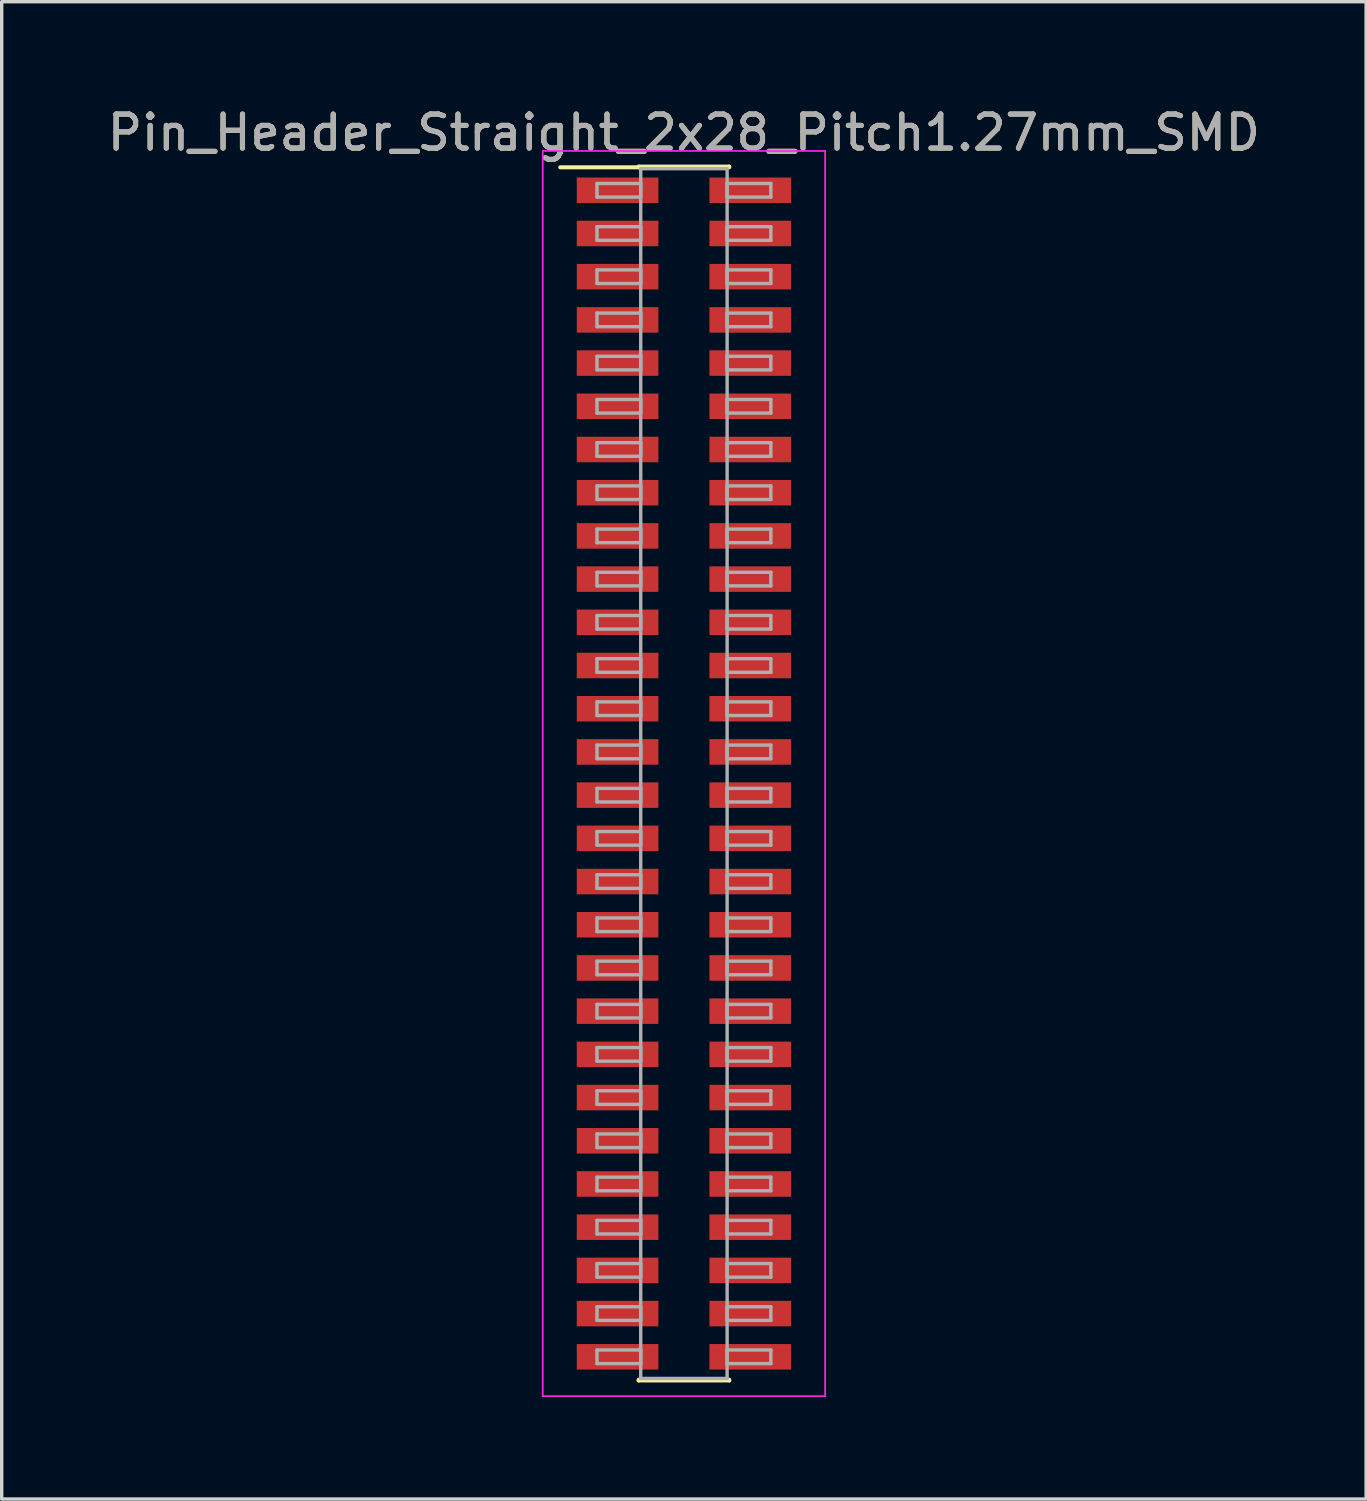
<source format=kicad_pcb>
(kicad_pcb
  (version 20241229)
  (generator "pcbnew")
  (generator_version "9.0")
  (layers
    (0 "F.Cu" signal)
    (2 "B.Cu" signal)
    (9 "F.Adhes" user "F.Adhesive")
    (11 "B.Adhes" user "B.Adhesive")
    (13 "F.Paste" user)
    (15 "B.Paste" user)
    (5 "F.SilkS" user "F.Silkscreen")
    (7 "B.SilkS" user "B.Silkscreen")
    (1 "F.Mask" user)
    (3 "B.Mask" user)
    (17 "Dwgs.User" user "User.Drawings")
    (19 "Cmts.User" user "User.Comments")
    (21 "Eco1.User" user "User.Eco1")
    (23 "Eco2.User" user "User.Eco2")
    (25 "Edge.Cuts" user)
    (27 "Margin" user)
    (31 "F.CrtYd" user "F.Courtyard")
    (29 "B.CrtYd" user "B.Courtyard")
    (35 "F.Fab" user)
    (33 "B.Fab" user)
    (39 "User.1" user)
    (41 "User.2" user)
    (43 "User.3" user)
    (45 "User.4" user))
  (footprint "Pin_Header_Straight_2x28_Pitch1.27mm_SMD"
    (layer "F.Cu")
    (at 17.054 19.688)
    (property "Reference" "Pin_Header_Straight_2x28_Pitch1.27mm_SMD" (at 0 -18.84 0) (layer "F.SilkS") (effects (font (size 1 1) (thickness 0.15))))
    (attr smd)
    (fp_line (start -3.635 -17.82) (end -1.33 -17.82) (stroke (width 0.12) (type solid)) (layer "F.SilkS"))
    (fp_line (start -1.33 -17.84) (end 1.33 -17.84) (stroke (width 0.12) (type solid)) (layer "F.SilkS"))
    (fp_line (start -1.33 -17.82) (end -1.33 -17.84) (stroke (width 0.12) (type solid)) (layer "F.SilkS"))
    (fp_line (start -1.33 17.82) (end -1.33 17.84) (stroke (width 0.12) (type solid)) (layer "F.SilkS"))
    (fp_line (start -1.33 17.84) (end 1.33 17.84) (stroke (width 0.12) (type solid)) (layer "F.SilkS"))
    (fp_line (start 1.33 -17.84) (end 1.33 -17.82) (stroke (width 0.12) (type solid)) (layer "F.SilkS"))
    (fp_line (start 1.33 17.84) (end 1.33 17.82) (stroke (width 0.12) (type solid)) (layer "F.SilkS"))
    (fp_line (start -4.15 -18.3) (end -4.15 18.3) (stroke (width 0.05) (type solid)) (layer "F.CrtYd"))
    (fp_line (start -4.15 18.3) (end 4.15 18.3) (stroke (width 0.05) (type solid)) (layer "F.CrtYd"))
    (fp_line (start 4.15 -18.3) (end -4.15 -18.3) (stroke (width 0.05) (type solid)) (layer "F.CrtYd"))
    (fp_line (start 4.15 18.3) (end 4.15 -18.3) (stroke (width 0.05) (type solid)) (layer "F.CrtYd"))
    (fp_line (start -2.555 -17.345) (end -1.27 -17.345) (stroke (width 0.1) (type solid)) (layer "F.Fab"))
    (fp_line (start -2.555 -16.945) (end -2.555 -17.345) (stroke (width 0.1) (type solid)) (layer "F.Fab"))
    (fp_line (start -2.555 -16.075) (end -1.27 -16.075) (stroke (width 0.1) (type solid)) (layer "F.Fab"))
    (fp_line (start -2.555 -15.675) (end -2.555 -16.075) (stroke (width 0.1) (type solid)) (layer "F.Fab"))
    (fp_line (start -2.555 -14.805) (end -1.27 -14.805) (stroke (width 0.1) (type solid)) (layer "F.Fab"))
    (fp_line (start -2.555 -14.405) (end -2.555 -14.805) (stroke (width 0.1) (type solid)) (layer "F.Fab"))
    (fp_line (start -2.555 -13.535) (end -1.27 -13.535) (stroke (width 0.1) (type solid)) (layer "F.Fab"))
    (fp_line (start -2.555 -13.135) (end -2.555 -13.535) (stroke (width 0.1) (type solid)) (layer "F.Fab"))
    (fp_line (start -2.555 -12.265) (end -1.27 -12.265) (stroke (width 0.1) (type solid)) (layer "F.Fab"))
    (fp_line (start -2.555 -11.865) (end -2.555 -12.265) (stroke (width 0.1) (type solid)) (layer "F.Fab"))
    (fp_line (start -2.555 -10.995) (end -1.27 -10.995) (stroke (width 0.1) (type solid)) (layer "F.Fab"))
    (fp_line (start -2.555 -10.595) (end -2.555 -10.995) (stroke (width 0.1) (type solid)) (layer "F.Fab"))
    (fp_line (start -2.555 -9.725) (end -1.27 -9.725) (stroke (width 0.1) (type solid)) (layer "F.Fab"))
    (fp_line (start -2.555 -9.325) (end -2.555 -9.725) (stroke (width 0.1) (type solid)) (layer "F.Fab"))
    (fp_line (start -2.555 -8.455) (end -1.27 -8.455) (stroke (width 0.1) (type solid)) (layer "F.Fab"))
    (fp_line (start -2.555 -8.055) (end -2.555 -8.455) (stroke (width 0.1) (type solid)) (layer "F.Fab"))
    (fp_line (start -2.555 -7.185) (end -1.27 -7.185) (stroke (width 0.1) (type solid)) (layer "F.Fab"))
    (fp_line (start -2.555 -6.785) (end -2.555 -7.185) (stroke (width 0.1) (type solid)) (layer "F.Fab"))
    (fp_line (start -2.555 -5.915) (end -1.27 -5.915) (stroke (width 0.1) (type solid)) (layer "F.Fab"))
    (fp_line (start -2.555 -5.515) (end -2.555 -5.915) (stroke (width 0.1) (type solid)) (layer "F.Fab"))
    (fp_line (start -2.555 -4.645) (end -1.27 -4.645) (stroke (width 0.1) (type solid)) (layer "F.Fab"))
    (fp_line (start -2.555 -4.245) (end -2.555 -4.645) (stroke (width 0.1) (type solid)) (layer "F.Fab"))
    (fp_line (start -2.555 -3.375) (end -1.27 -3.375) (stroke (width 0.1) (type solid)) (layer "F.Fab"))
    (fp_line (start -2.555 -2.975) (end -2.555 -3.375) (stroke (width 0.1) (type solid)) (layer "F.Fab"))
    (fp_line (start -2.555 -2.105) (end -1.27 -2.105) (stroke (width 0.1) (type solid)) (layer "F.Fab"))
    (fp_line (start -2.555 -1.705) (end -2.555 -2.105) (stroke (width 0.1) (type solid)) (layer "F.Fab"))
    (fp_line (start -2.555 -0.835) (end -1.27 -0.835) (stroke (width 0.1) (type solid)) (layer "F.Fab"))
    (fp_line (start -2.555 -0.435) (end -2.555 -0.835) (stroke (width 0.1) (type solid)) (layer "F.Fab"))
    (fp_line (start -2.555 0.435) (end -1.27 0.435) (stroke (width 0.1) (type solid)) (layer "F.Fab"))
    (fp_line (start -2.555 0.835) (end -2.555 0.435) (stroke (width 0.1) (type solid)) (layer "F.Fab"))
    (fp_line (start -2.555 1.705) (end -1.27 1.705) (stroke (width 0.1) (type solid)) (layer "F.Fab"))
    (fp_line (start -2.555 2.105) (end -2.555 1.705) (stroke (width 0.1) (type solid)) (layer "F.Fab"))
    (fp_line (start -2.555 2.975) (end -1.27 2.975) (stroke (width 0.1) (type solid)) (layer "F.Fab"))
    (fp_line (start -2.555 3.375) (end -2.555 2.975) (stroke (width 0.1) (type solid)) (layer "F.Fab"))
    (fp_line (start -2.555 4.245) (end -1.27 4.245) (stroke (width 0.1) (type solid)) (layer "F.Fab"))
    (fp_line (start -2.555 4.645) (end -2.555 4.245) (stroke (width 0.1) (type solid)) (layer "F.Fab"))
    (fp_line (start -2.555 5.515) (end -1.27 5.515) (stroke (width 0.1) (type solid)) (layer "F.Fab"))
    (fp_line (start -2.555 5.915) (end -2.555 5.515) (stroke (width 0.1) (type solid)) (layer "F.Fab"))
    (fp_line (start -2.555 6.785) (end -1.27 6.785) (stroke (width 0.1) (type solid)) (layer "F.Fab"))
    (fp_line (start -2.555 7.185) (end -2.555 6.785) (stroke (width 0.1) (type solid)) (layer "F.Fab"))
    (fp_line (start -2.555 8.055) (end -1.27 8.055) (stroke (width 0.1) (type solid)) (layer "F.Fab"))
    (fp_line (start -2.555 8.455) (end -2.555 8.055) (stroke (width 0.1) (type solid)) (layer "F.Fab"))
    (fp_line (start -2.555 9.325) (end -1.27 9.325) (stroke (width 0.1) (type solid)) (layer "F.Fab"))
    (fp_line (start -2.555 9.725) (end -2.555 9.325) (stroke (width 0.1) (type solid)) (layer "F.Fab"))
    (fp_line (start -2.555 10.595) (end -1.27 10.595) (stroke (width 0.1) (type solid)) (layer "F.Fab"))
    (fp_line (start -2.555 10.995) (end -2.555 10.595) (stroke (width 0.1) (type solid)) (layer "F.Fab"))
    (fp_line (start -2.555 11.865) (end -1.27 11.865) (stroke (width 0.1) (type solid)) (layer "F.Fab"))
    (fp_line (start -2.555 12.265) (end -2.555 11.865) (stroke (width 0.1) (type solid)) (layer "F.Fab"))
    (fp_line (start -2.555 13.135) (end -1.27 13.135) (stroke (width 0.1) (type solid)) (layer "F.Fab"))
    (fp_line (start -2.555 13.535) (end -2.555 13.135) (stroke (width 0.1) (type solid)) (layer "F.Fab"))
    (fp_line (start -2.555 14.405) (end -1.27 14.405) (stroke (width 0.1) (type solid)) (layer "F.Fab"))
    (fp_line (start -2.555 14.805) (end -2.555 14.405) (stroke (width 0.1) (type solid)) (layer "F.Fab"))
    (fp_line (start -2.555 15.675) (end -1.27 15.675) (stroke (width 0.1) (type solid)) (layer "F.Fab"))
    (fp_line (start -2.555 16.075) (end -2.555 15.675) (stroke (width 0.1) (type solid)) (layer "F.Fab"))
    (fp_line (start -2.555 16.945) (end -1.27 16.945) (stroke (width 0.1) (type solid)) (layer "F.Fab"))
    (fp_line (start -2.555 17.345) (end -2.555 16.945) (stroke (width 0.1) (type solid)) (layer "F.Fab"))
    (fp_line (start -1.27 -17.78) (end -1.27 17.78) (stroke (width 0.1) (type solid)) (layer "F.Fab"))
    (fp_line (start -1.27 -17.345) (end -1.27 -16.945) (stroke (width 0.1) (type solid)) (layer "F.Fab"))
    (fp_line (start -1.27 -16.945) (end -2.555 -16.945) (stroke (width 0.1) (type solid)) (layer "F.Fab"))
    (fp_line (start -1.27 -16.075) (end -1.27 -15.675) (stroke (width 0.1) (type solid)) (layer "F.Fab"))
    (fp_line (start -1.27 -15.675) (end -2.555 -15.675) (stroke (width 0.1) (type solid)) (layer "F.Fab"))
    (fp_line (start -1.27 -14.805) (end -1.27 -14.405) (stroke (width 0.1) (type solid)) (layer "F.Fab"))
    (fp_line (start -1.27 -14.405) (end -2.555 -14.405) (stroke (width 0.1) (type solid)) (layer "F.Fab"))
    (fp_line (start -1.27 -13.535) (end -1.27 -13.135) (stroke (width 0.1) (type solid)) (layer "F.Fab"))
    (fp_line (start -1.27 -13.135) (end -2.555 -13.135) (stroke (width 0.1) (type solid)) (layer "F.Fab"))
    (fp_line (start -1.27 -12.265) (end -1.27 -11.865) (stroke (width 0.1) (type solid)) (layer "F.Fab"))
    (fp_line (start -1.27 -11.865) (end -2.555 -11.865) (stroke (width 0.1) (type solid)) (layer "F.Fab"))
    (fp_line (start -1.27 -10.995) (end -1.27 -10.595) (stroke (width 0.1) (type solid)) (layer "F.Fab"))
    (fp_line (start -1.27 -10.595) (end -2.555 -10.595) (stroke (width 0.1) (type solid)) (layer "F.Fab"))
    (fp_line (start -1.27 -9.725) (end -1.27 -9.325) (stroke (width 0.1) (type solid)) (layer "F.Fab"))
    (fp_line (start -1.27 -9.325) (end -2.555 -9.325) (stroke (width 0.1) (type solid)) (layer "F.Fab"))
    (fp_line (start -1.27 -8.455) (end -1.27 -8.055) (stroke (width 0.1) (type solid)) (layer "F.Fab"))
    (fp_line (start -1.27 -8.055) (end -2.555 -8.055) (stroke (width 0.1) (type solid)) (layer "F.Fab"))
    (fp_line (start -1.27 -7.185) (end -1.27 -6.785) (stroke (width 0.1) (type solid)) (layer "F.Fab"))
    (fp_line (start -1.27 -6.785) (end -2.555 -6.785) (stroke (width 0.1) (type solid)) (layer "F.Fab"))
    (fp_line (start -1.27 -5.915) (end -1.27 -5.515) (stroke (width 0.1) (type solid)) (layer "F.Fab"))
    (fp_line (start -1.27 -5.515) (end -2.555 -5.515) (stroke (width 0.1) (type solid)) (layer "F.Fab"))
    (fp_line (start -1.27 -4.645) (end -1.27 -4.245) (stroke (width 0.1) (type solid)) (layer "F.Fab"))
    (fp_line (start -1.27 -4.245) (end -2.555 -4.245) (stroke (width 0.1) (type solid)) (layer "F.Fab"))
    (fp_line (start -1.27 -3.375) (end -1.27 -2.975) (stroke (width 0.1) (type solid)) (layer "F.Fab"))
    (fp_line (start -1.27 -2.975) (end -2.555 -2.975) (stroke (width 0.1) (type solid)) (layer "F.Fab"))
    (fp_line (start -1.27 -2.105) (end -1.27 -1.705) (stroke (width 0.1) (type solid)) (layer "F.Fab"))
    (fp_line (start -1.27 -1.705) (end -2.555 -1.705) (stroke (width 0.1) (type solid)) (layer "F.Fab"))
    (fp_line (start -1.27 -0.835) (end -1.27 -0.435) (stroke (width 0.1) (type solid)) (layer "F.Fab"))
    (fp_line (start -1.27 -0.435) (end -2.555 -0.435) (stroke (width 0.1) (type solid)) (layer "F.Fab"))
    (fp_line (start -1.27 0.435) (end -1.27 0.835) (stroke (width 0.1) (type solid)) (layer "F.Fab"))
    (fp_line (start -1.27 0.835) (end -2.555 0.835) (stroke (width 0.1) (type solid)) (layer "F.Fab"))
    (fp_line (start -1.27 1.705) (end -1.27 2.105) (stroke (width 0.1) (type solid)) (layer "F.Fab"))
    (fp_line (start -1.27 2.105) (end -2.555 2.105) (stroke (width 0.1) (type solid)) (layer "F.Fab"))
    (fp_line (start -1.27 2.975) (end -1.27 3.375) (stroke (width 0.1) (type solid)) (layer "F.Fab"))
    (fp_line (start -1.27 3.375) (end -2.555 3.375) (stroke (width 0.1) (type solid)) (layer "F.Fab"))
    (fp_line (start -1.27 4.245) (end -1.27 4.645) (stroke (width 0.1) (type solid)) (layer "F.Fab"))
    (fp_line (start -1.27 4.645) (end -2.555 4.645) (stroke (width 0.1) (type solid)) (layer "F.Fab"))
    (fp_line (start -1.27 5.515) (end -1.27 5.915) (stroke (width 0.1) (type solid)) (layer "F.Fab"))
    (fp_line (start -1.27 5.915) (end -2.555 5.915) (stroke (width 0.1) (type solid)) (layer "F.Fab"))
    (fp_line (start -1.27 6.785) (end -1.27 7.185) (stroke (width 0.1) (type solid)) (layer "F.Fab"))
    (fp_line (start -1.27 7.185) (end -2.555 7.185) (stroke (width 0.1) (type solid)) (layer "F.Fab"))
    (fp_line (start -1.27 8.055) (end -1.27 8.455) (stroke (width 0.1) (type solid)) (layer "F.Fab"))
    (fp_line (start -1.27 8.455) (end -2.555 8.455) (stroke (width 0.1) (type solid)) (layer "F.Fab"))
    (fp_line (start -1.27 9.325) (end -1.27 9.725) (stroke (width 0.1) (type solid)) (layer "F.Fab"))
    (fp_line (start -1.27 9.725) (end -2.555 9.725) (stroke (width 0.1) (type solid)) (layer "F.Fab"))
    (fp_line (start -1.27 10.595) (end -1.27 10.995) (stroke (width 0.1) (type solid)) (layer "F.Fab"))
    (fp_line (start -1.27 10.995) (end -2.555 10.995) (stroke (width 0.1) (type solid)) (layer "F.Fab"))
    (fp_line (start -1.27 11.865) (end -1.27 12.265) (stroke (width 0.1) (type solid)) (layer "F.Fab"))
    (fp_line (start -1.27 12.265) (end -2.555 12.265) (stroke (width 0.1) (type solid)) (layer "F.Fab"))
    (fp_line (start -1.27 13.135) (end -1.27 13.535) (stroke (width 0.1) (type solid)) (layer "F.Fab"))
    (fp_line (start -1.27 13.535) (end -2.555 13.535) (stroke (width 0.1) (type solid)) (layer "F.Fab"))
    (fp_line (start -1.27 14.405) (end -1.27 14.805) (stroke (width 0.1) (type solid)) (layer "F.Fab"))
    (fp_line (start -1.27 14.805) (end -2.555 14.805) (stroke (width 0.1) (type solid)) (layer "F.Fab"))
    (fp_line (start -1.27 15.675) (end -1.27 16.075) (stroke (width 0.1) (type solid)) (layer "F.Fab"))
    (fp_line (start -1.27 16.075) (end -2.555 16.075) (stroke (width 0.1) (type solid)) (layer "F.Fab"))
    (fp_line (start -1.27 16.945) (end -1.27 17.345) (stroke (width 0.1) (type solid)) (layer "F.Fab"))
    (fp_line (start -1.27 17.345) (end -2.555 17.345) (stroke (width 0.1) (type solid)) (layer "F.Fab"))
    (fp_line (start -1.27 17.78) (end 1.27 17.78) (stroke (width 0.1) (type solid)) (layer "F.Fab"))
    (fp_line (start 1.27 -17.78) (end -1.27 -17.78) (stroke (width 0.1) (type solid)) (layer "F.Fab"))
    (fp_line (start 1.27 -17.345) (end 1.27 -16.945) (stroke (width 0.1) (type solid)) (layer "F.Fab"))
    (fp_line (start 1.27 -16.945) (end 2.555 -16.945) (stroke (width 0.1) (type solid)) (layer "F.Fab"))
    (fp_line (start 1.27 -16.075) (end 1.27 -15.675) (stroke (width 0.1) (type solid)) (layer "F.Fab"))
    (fp_line (start 1.27 -15.675) (end 2.555 -15.675) (stroke (width 0.1) (type solid)) (layer "F.Fab"))
    (fp_line (start 1.27 -14.805) (end 1.27 -14.405) (stroke (width 0.1) (type solid)) (layer "F.Fab"))
    (fp_line (start 1.27 -14.405) (end 2.555 -14.405) (stroke (width 0.1) (type solid)) (layer "F.Fab"))
    (fp_line (start 1.27 -13.535) (end 1.27 -13.135) (stroke (width 0.1) (type solid)) (layer "F.Fab"))
    (fp_line (start 1.27 -13.135) (end 2.555 -13.135) (stroke (width 0.1) (type solid)) (layer "F.Fab"))
    (fp_line (start 1.27 -12.265) (end 1.27 -11.865) (stroke (width 0.1) (type solid)) (layer "F.Fab"))
    (fp_line (start 1.27 -11.865) (end 2.555 -11.865) (stroke (width 0.1) (type solid)) (layer "F.Fab"))
    (fp_line (start 1.27 -10.995) (end 1.27 -10.595) (stroke (width 0.1) (type solid)) (layer "F.Fab"))
    (fp_line (start 1.27 -10.595) (end 2.555 -10.595) (stroke (width 0.1) (type solid)) (layer "F.Fab"))
    (fp_line (start 1.27 -9.725) (end 1.27 -9.325) (stroke (width 0.1) (type solid)) (layer "F.Fab"))
    (fp_line (start 1.27 -9.325) (end 2.555 -9.325) (stroke (width 0.1) (type solid)) (layer "F.Fab"))
    (fp_line (start 1.27 -8.455) (end 1.27 -8.055) (stroke (width 0.1) (type solid)) (layer "F.Fab"))
    (fp_line (start 1.27 -8.055) (end 2.555 -8.055) (stroke (width 0.1) (type solid)) (layer "F.Fab"))
    (fp_line (start 1.27 -7.185) (end 1.27 -6.785) (stroke (width 0.1) (type solid)) (layer "F.Fab"))
    (fp_line (start 1.27 -6.785) (end 2.555 -6.785) (stroke (width 0.1) (type solid)) (layer "F.Fab"))
    (fp_line (start 1.27 -5.915) (end 1.27 -5.515) (stroke (width 0.1) (type solid)) (layer "F.Fab"))
    (fp_line (start 1.27 -5.515) (end 2.555 -5.515) (stroke (width 0.1) (type solid)) (layer "F.Fab"))
    (fp_line (start 1.27 -4.645) (end 1.27 -4.245) (stroke (width 0.1) (type solid)) (layer "F.Fab"))
    (fp_line (start 1.27 -4.245) (end 2.555 -4.245) (stroke (width 0.1) (type solid)) (layer "F.Fab"))
    (fp_line (start 1.27 -3.375) (end 1.27 -2.975) (stroke (width 0.1) (type solid)) (layer "F.Fab"))
    (fp_line (start 1.27 -2.975) (end 2.555 -2.975) (stroke (width 0.1) (type solid)) (layer "F.Fab"))
    (fp_line (start 1.27 -2.105) (end 1.27 -1.705) (stroke (width 0.1) (type solid)) (layer "F.Fab"))
    (fp_line (start 1.27 -1.705) (end 2.555 -1.705) (stroke (width 0.1) (type solid)) (layer "F.Fab"))
    (fp_line (start 1.27 -0.835) (end 1.27 -0.435) (stroke (width 0.1) (type solid)) (layer "F.Fab"))
    (fp_line (start 1.27 -0.435) (end 2.555 -0.435) (stroke (width 0.1) (type solid)) (layer "F.Fab"))
    (fp_line (start 1.27 0.435) (end 1.27 0.835) (stroke (width 0.1) (type solid)) (layer "F.Fab"))
    (fp_line (start 1.27 0.835) (end 2.555 0.835) (stroke (width 0.1) (type solid)) (layer "F.Fab"))
    (fp_line (start 1.27 1.705) (end 1.27 2.105) (stroke (width 0.1) (type solid)) (layer "F.Fab"))
    (fp_line (start 1.27 2.105) (end 2.555 2.105) (stroke (width 0.1) (type solid)) (layer "F.Fab"))
    (fp_line (start 1.27 2.975) (end 1.27 3.375) (stroke (width 0.1) (type solid)) (layer "F.Fab"))
    (fp_line (start 1.27 3.375) (end 2.555 3.375) (stroke (width 0.1) (type solid)) (layer "F.Fab"))
    (fp_line (start 1.27 4.245) (end 1.27 4.645) (stroke (width 0.1) (type solid)) (layer "F.Fab"))
    (fp_line (start 1.27 4.645) (end 2.555 4.645) (stroke (width 0.1) (type solid)) (layer "F.Fab"))
    (fp_line (start 1.27 5.515) (end 1.27 5.915) (stroke (width 0.1) (type solid)) (layer "F.Fab"))
    (fp_line (start 1.27 5.915) (end 2.555 5.915) (stroke (width 0.1) (type solid)) (layer "F.Fab"))
    (fp_line (start 1.27 6.785) (end 1.27 7.185) (stroke (width 0.1) (type solid)) (layer "F.Fab"))
    (fp_line (start 1.27 7.185) (end 2.555 7.185) (stroke (width 0.1) (type solid)) (layer "F.Fab"))
    (fp_line (start 1.27 8.055) (end 1.27 8.455) (stroke (width 0.1) (type solid)) (layer "F.Fab"))
    (fp_line (start 1.27 8.455) (end 2.555 8.455) (stroke (width 0.1) (type solid)) (layer "F.Fab"))
    (fp_line (start 1.27 9.325) (end 1.27 9.725) (stroke (width 0.1) (type solid)) (layer "F.Fab"))
    (fp_line (start 1.27 9.725) (end 2.555 9.725) (stroke (width 0.1) (type solid)) (layer "F.Fab"))
    (fp_line (start 1.27 10.595) (end 1.27 10.995) (stroke (width 0.1) (type solid)) (layer "F.Fab"))
    (fp_line (start 1.27 10.995) (end 2.555 10.995) (stroke (width 0.1) (type solid)) (layer "F.Fab"))
    (fp_line (start 1.27 11.865) (end 1.27 12.265) (stroke (width 0.1) (type solid)) (layer "F.Fab"))
    (fp_line (start 1.27 12.265) (end 2.555 12.265) (stroke (width 0.1) (type solid)) (layer "F.Fab"))
    (fp_line (start 1.27 13.135) (end 1.27 13.535) (stroke (width 0.1) (type solid)) (layer "F.Fab"))
    (fp_line (start 1.27 13.535) (end 2.555 13.535) (stroke (width 0.1) (type solid)) (layer "F.Fab"))
    (fp_line (start 1.27 14.405) (end 1.27 14.805) (stroke (width 0.1) (type solid)) (layer "F.Fab"))
    (fp_line (start 1.27 14.805) (end 2.555 14.805) (stroke (width 0.1) (type solid)) (layer "F.Fab"))
    (fp_line (start 1.27 15.675) (end 1.27 16.075) (stroke (width 0.1) (type solid)) (layer "F.Fab"))
    (fp_line (start 1.27 16.075) (end 2.555 16.075) (stroke (width 0.1) (type solid)) (layer "F.Fab"))
    (fp_line (start 1.27 16.945) (end 1.27 17.345) (stroke (width 0.1) (type solid)) (layer "F.Fab"))
    (fp_line (start 1.27 17.345) (end 2.555 17.345) (stroke (width 0.1) (type solid)) (layer "F.Fab"))
    (fp_line (start 1.27 17.78) (end 1.27 -17.78) (stroke (width 0.1) (type solid)) (layer "F.Fab"))
    (fp_line (start 2.555 -17.345) (end 1.27 -17.345) (stroke (width 0.1) (type solid)) (layer "F.Fab"))
    (fp_line (start 2.555 -16.945) (end 2.555 -17.345) (stroke (width 0.1) (type solid)) (layer "F.Fab"))
    (fp_line (start 2.555 -16.075) (end 1.27 -16.075) (stroke (width 0.1) (type solid)) (layer "F.Fab"))
    (fp_line (start 2.555 -15.675) (end 2.555 -16.075) (stroke (width 0.1) (type solid)) (layer "F.Fab"))
    (fp_line (start 2.555 -14.805) (end 1.27 -14.805) (stroke (width 0.1) (type solid)) (layer "F.Fab"))
    (fp_line (start 2.555 -14.405) (end 2.555 -14.805) (stroke (width 0.1) (type solid)) (layer "F.Fab"))
    (fp_line (start 2.555 -13.535) (end 1.27 -13.535) (stroke (width 0.1) (type solid)) (layer "F.Fab"))
    (fp_line (start 2.555 -13.135) (end 2.555 -13.535) (stroke (width 0.1) (type solid)) (layer "F.Fab"))
    (fp_line (start 2.555 -12.265) (end 1.27 -12.265) (stroke (width 0.1) (type solid)) (layer "F.Fab"))
    (fp_line (start 2.555 -11.865) (end 2.555 -12.265) (stroke (width 0.1) (type solid)) (layer "F.Fab"))
    (fp_line (start 2.555 -10.995) (end 1.27 -10.995) (stroke (width 0.1) (type solid)) (layer "F.Fab"))
    (fp_line (start 2.555 -10.595) (end 2.555 -10.995) (stroke (width 0.1) (type solid)) (layer "F.Fab"))
    (fp_line (start 2.555 -9.725) (end 1.27 -9.725) (stroke (width 0.1) (type solid)) (layer "F.Fab"))
    (fp_line (start 2.555 -9.325) (end 2.555 -9.725) (stroke (width 0.1) (type solid)) (layer "F.Fab"))
    (fp_line (start 2.555 -8.455) (end 1.27 -8.455) (stroke (width 0.1) (type solid)) (layer "F.Fab"))
    (fp_line (start 2.555 -8.055) (end 2.555 -8.455) (stroke (width 0.1) (type solid)) (layer "F.Fab"))
    (fp_line (start 2.555 -7.185) (end 1.27 -7.185) (stroke (width 0.1) (type solid)) (layer "F.Fab"))
    (fp_line (start 2.555 -6.785) (end 2.555 -7.185) (stroke (width 0.1) (type solid)) (layer "F.Fab"))
    (fp_line (start 2.555 -5.915) (end 1.27 -5.915) (stroke (width 0.1) (type solid)) (layer "F.Fab"))
    (fp_line (start 2.555 -5.515) (end 2.555 -5.915) (stroke (width 0.1) (type solid)) (layer "F.Fab"))
    (fp_line (start 2.555 -4.645) (end 1.27 -4.645) (stroke (width 0.1) (type solid)) (layer "F.Fab"))
    (fp_line (start 2.555 -4.245) (end 2.555 -4.645) (stroke (width 0.1) (type solid)) (layer "F.Fab"))
    (fp_line (start 2.555 -3.375) (end 1.27 -3.375) (stroke (width 0.1) (type solid)) (layer "F.Fab"))
    (fp_line (start 2.555 -2.975) (end 2.555 -3.375) (stroke (width 0.1) (type solid)) (layer "F.Fab"))
    (fp_line (start 2.555 -2.105) (end 1.27 -2.105) (stroke (width 0.1) (type solid)) (layer "F.Fab"))
    (fp_line (start 2.555 -1.705) (end 2.555 -2.105) (stroke (width 0.1) (type solid)) (layer "F.Fab"))
    (fp_line (start 2.555 -0.835) (end 1.27 -0.835) (stroke (width 0.1) (type solid)) (layer "F.Fab"))
    (fp_line (start 2.555 -0.435) (end 2.555 -0.835) (stroke (width 0.1) (type solid)) (layer "F.Fab"))
    (fp_line (start 2.555 0.435) (end 1.27 0.435) (stroke (width 0.1) (type solid)) (layer "F.Fab"))
    (fp_line (start 2.555 0.835) (end 2.555 0.435) (stroke (width 0.1) (type solid)) (layer "F.Fab"))
    (fp_line (start 2.555 1.705) (end 1.27 1.705) (stroke (width 0.1) (type solid)) (layer "F.Fab"))
    (fp_line (start 2.555 2.105) (end 2.555 1.705) (stroke (width 0.1) (type solid)) (layer "F.Fab"))
    (fp_line (start 2.555 2.975) (end 1.27 2.975) (stroke (width 0.1) (type solid)) (layer "F.Fab"))
    (fp_line (start 2.555 3.375) (end 2.555 2.975) (stroke (width 0.1) (type solid)) (layer "F.Fab"))
    (fp_line (start 2.555 4.245) (end 1.27 4.245) (stroke (width 0.1) (type solid)) (layer "F.Fab"))
    (fp_line (start 2.555 4.645) (end 2.555 4.245) (stroke (width 0.1) (type solid)) (layer "F.Fab"))
    (fp_line (start 2.555 5.515) (end 1.27 5.515) (stroke (width 0.1) (type solid)) (layer "F.Fab"))
    (fp_line (start 2.555 5.915) (end 2.555 5.515) (stroke (width 0.1) (type solid)) (layer "F.Fab"))
    (fp_line (start 2.555 6.785) (end 1.27 6.785) (stroke (width 0.1) (type solid)) (layer "F.Fab"))
    (fp_line (start 2.555 7.185) (end 2.555 6.785) (stroke (width 0.1) (type solid)) (layer "F.Fab"))
    (fp_line (start 2.555 8.055) (end 1.27 8.055) (stroke (width 0.1) (type solid)) (layer "F.Fab"))
    (fp_line (start 2.555 8.455) (end 2.555 8.055) (stroke (width 0.1) (type solid)) (layer "F.Fab"))
    (fp_line (start 2.555 9.325) (end 1.27 9.325) (stroke (width 0.1) (type solid)) (layer "F.Fab"))
    (fp_line (start 2.555 9.725) (end 2.555 9.325) (stroke (width 0.1) (type solid)) (layer "F.Fab"))
    (fp_line (start 2.555 10.595) (end 1.27 10.595) (stroke (width 0.1) (type solid)) (layer "F.Fab"))
    (fp_line (start 2.555 10.995) (end 2.555 10.595) (stroke (width 0.1) (type solid)) (layer "F.Fab"))
    (fp_line (start 2.555 11.865) (end 1.27 11.865) (stroke (width 0.1) (type solid)) (layer "F.Fab"))
    (fp_line (start 2.555 12.265) (end 2.555 11.865) (stroke (width 0.1) (type solid)) (layer "F.Fab"))
    (fp_line (start 2.555 13.135) (end 1.27 13.135) (stroke (width 0.1) (type solid)) (layer "F.Fab"))
    (fp_line (start 2.555 13.535) (end 2.555 13.135) (stroke (width 0.1) (type solid)) (layer "F.Fab"))
    (fp_line (start 2.555 14.405) (end 1.27 14.405) (stroke (width 0.1) (type solid)) (layer "F.Fab"))
    (fp_line (start 2.555 14.805) (end 2.555 14.405) (stroke (width 0.1) (type solid)) (layer "F.Fab"))
    (fp_line (start 2.555 15.675) (end 1.27 15.675) (stroke (width 0.1) (type solid)) (layer "F.Fab"))
    (fp_line (start 2.555 16.075) (end 2.555 15.675) (stroke (width 0.1) (type solid)) (layer "F.Fab"))
    (fp_line (start 2.555 16.945) (end 1.27 16.945) (stroke (width 0.1) (type solid)) (layer "F.Fab"))
    (fp_line (start 2.555 17.345) (end 2.555 16.945) (stroke (width 0.1) (type solid)) (layer "F.Fab"))
    (fp_text user "${REFERENCE}" (at 0 -18.84 0) (layer "F.Fab") (effects (font (size 1 1) (thickness 0.15))))
    (pad "1" smd rect (at -1.95 -17.145) (size 2.4 0.75) (layers "F.Cu" "F.Mask" "F.Paste"))
    (pad "2" smd rect (at 1.95 -17.145) (size 2.4 0.75) (layers "F.Cu" "F.Mask" "F.Paste"))
    (pad "3" smd rect (at -1.95 -15.875) (size 2.4 0.75) (layers "F.Cu" "F.Mask" "F.Paste"))
    (pad "4" smd rect (at 1.95 -15.875) (size 2.4 0.75) (layers "F.Cu" "F.Mask" "F.Paste"))
    (pad "5" smd rect (at -1.95 -14.605) (size 2.4 0.75) (layers "F.Cu" "F.Mask" "F.Paste"))
    (pad "6" smd rect (at 1.95 -14.605) (size 2.4 0.75) (layers "F.Cu" "F.Mask" "F.Paste"))
    (pad "7" smd rect (at -1.95 -13.335) (size 2.4 0.75) (layers "F.Cu" "F.Mask" "F.Paste"))
    (pad "8" smd rect (at 1.95 -13.335) (size 2.4 0.75) (layers "F.Cu" "F.Mask" "F.Paste"))
    (pad "9" smd rect (at -1.95 -12.065) (size 2.4 0.75) (layers "F.Cu" "F.Mask" "F.Paste"))
    (pad "10" smd rect (at 1.95 -12.065) (size 2.4 0.75) (layers "F.Cu" "F.Mask" "F.Paste"))
    (pad "11" smd rect (at -1.95 -10.795) (size 2.4 0.75) (layers "F.Cu" "F.Mask" "F.Paste"))
    (pad "12" smd rect (at 1.95 -10.795) (size 2.4 0.75) (layers "F.Cu" "F.Mask" "F.Paste"))
    (pad "13" smd rect (at -1.95 -9.525) (size 2.4 0.75) (layers "F.Cu" "F.Mask" "F.Paste"))
    (pad "14" smd rect (at 1.95 -9.525) (size 2.4 0.75) (layers "F.Cu" "F.Mask" "F.Paste"))
    (pad "15" smd rect (at -1.95 -8.255) (size 2.4 0.75) (layers "F.Cu" "F.Mask" "F.Paste"))
    (pad "16" smd rect (at 1.95 -8.255) (size 2.4 0.75) (layers "F.Cu" "F.Mask" "F.Paste"))
    (pad "17" smd rect (at -1.95 -6.985) (size 2.4 0.75) (layers "F.Cu" "F.Mask" "F.Paste"))
    (pad "18" smd rect (at 1.95 -6.985) (size 2.4 0.75) (layers "F.Cu" "F.Mask" "F.Paste"))
    (pad "19" smd rect (at -1.95 -5.715) (size 2.4 0.75) (layers "F.Cu" "F.Mask" "F.Paste"))
    (pad "20" smd rect (at 1.95 -5.715) (size 2.4 0.75) (layers "F.Cu" "F.Mask" "F.Paste"))
    (pad "21" smd rect (at -1.95 -4.445) (size 2.4 0.75) (layers "F.Cu" "F.Mask" "F.Paste"))
    (pad "22" smd rect (at 1.95 -4.445) (size 2.4 0.75) (layers "F.Cu" "F.Mask" "F.Paste"))
    (pad "23" smd rect (at -1.95 -3.175) (size 2.4 0.75) (layers "F.Cu" "F.Mask" "F.Paste"))
    (pad "24" smd rect (at 1.95 -3.175) (size 2.4 0.75) (layers "F.Cu" "F.Mask" "F.Paste"))
    (pad "25" smd rect (at -1.95 -1.905) (size 2.4 0.75) (layers "F.Cu" "F.Mask" "F.Paste"))
    (pad "26" smd rect (at 1.95 -1.905) (size 2.4 0.75) (layers "F.Cu" "F.Mask" "F.Paste"))
    (pad "27" smd rect (at -1.95 -0.635) (size 2.4 0.75) (layers "F.Cu" "F.Mask" "F.Paste"))
    (pad "28" smd rect (at 1.95 -0.635) (size 2.4 0.75) (layers "F.Cu" "F.Mask" "F.Paste"))
    (pad "29" smd rect (at -1.95 0.635) (size 2.4 0.75) (layers "F.Cu" "F.Mask" "F.Paste"))
    (pad "30" smd rect (at 1.95 0.635) (size 2.4 0.75) (layers "F.Cu" "F.Mask" "F.Paste"))
    (pad "31" smd rect (at -1.95 1.905) (size 2.4 0.75) (layers "F.Cu" "F.Mask" "F.Paste"))
    (pad "32" smd rect (at 1.95 1.905) (size 2.4 0.75) (layers "F.Cu" "F.Mask" "F.Paste"))
    (pad "33" smd rect (at -1.95 3.175) (size 2.4 0.75) (layers "F.Cu" "F.Mask" "F.Paste"))
    (pad "34" smd rect (at 1.95 3.175) (size 2.4 0.75) (layers "F.Cu" "F.Mask" "F.Paste"))
    (pad "35" smd rect (at -1.95 4.445) (size 2.4 0.75) (layers "F.Cu" "F.Mask" "F.Paste"))
    (pad "36" smd rect (at 1.95 4.445) (size 2.4 0.75) (layers "F.Cu" "F.Mask" "F.Paste"))
    (pad "37" smd rect (at -1.95 5.715) (size 2.4 0.75) (layers "F.Cu" "F.Mask" "F.Paste"))
    (pad "38" smd rect (at 1.95 5.715) (size 2.4 0.75) (layers "F.Cu" "F.Mask" "F.Paste"))
    (pad "39" smd rect (at -1.95 6.985) (size 2.4 0.75) (layers "F.Cu" "F.Mask" "F.Paste"))
    (pad "40" smd rect (at 1.95 6.985) (size 2.4 0.75) (layers "F.Cu" "F.Mask" "F.Paste"))
    (pad "41" smd rect (at -1.95 8.255) (size 2.4 0.75) (layers "F.Cu" "F.Mask" "F.Paste"))
    (pad "42" smd rect (at 1.95 8.255) (size 2.4 0.75) (layers "F.Cu" "F.Mask" "F.Paste"))
    (pad "43" smd rect (at -1.95 9.525) (size 2.4 0.75) (layers "F.Cu" "F.Mask" "F.Paste"))
    (pad "44" smd rect (at 1.95 9.525) (size 2.4 0.75) (layers "F.Cu" "F.Mask" "F.Paste"))
    (pad "45" smd rect (at -1.95 10.795) (size 2.4 0.75) (layers "F.Cu" "F.Mask" "F.Paste"))
    (pad "46" smd rect (at 1.95 10.795) (size 2.4 0.75) (layers "F.Cu" "F.Mask" "F.Paste"))
    (pad "47" smd rect (at -1.95 12.065) (size 2.4 0.75) (layers "F.Cu" "F.Mask" "F.Paste"))
    (pad "48" smd rect (at 1.95 12.065) (size 2.4 0.75) (layers "F.Cu" "F.Mask" "F.Paste"))
    (pad "49" smd rect (at -1.95 13.335) (size 2.4 0.75) (layers "F.Cu" "F.Mask" "F.Paste"))
    (pad "50" smd rect (at 1.95 13.335) (size 2.4 0.75) (layers "F.Cu" "F.Mask" "F.Paste"))
    (pad "51" smd rect (at -1.95 14.605) (size 2.4 0.75) (layers "F.Cu" "F.Mask" "F.Paste"))
    (pad "52" smd rect (at 1.95 14.605) (size 2.4 0.75) (layers "F.Cu" "F.Mask" "F.Paste"))
    (pad "53" smd rect (at -1.95 15.875) (size 2.4 0.75) (layers "F.Cu" "F.Mask" "F.Paste"))
    (pad "54" smd rect (at 1.95 15.875) (size 2.4 0.75) (layers "F.Cu" "F.Mask" "F.Paste"))
    (pad "55" smd rect (at -1.95 17.145) (size 2.4 0.75) (layers "F.Cu" "F.Mask" "F.Paste"))
    (pad "56" smd rect (at 1.95 17.145) (size 2.4 0.75) (layers "F.Cu" "F.Mask" "F.Paste")))
  (gr_rect
    (start -3 -3)
    (end 37.107 41.013)
    (stroke (width 0.1) (type default))
    (fill no)
    (layer "Edge.Cuts")))
</source>
